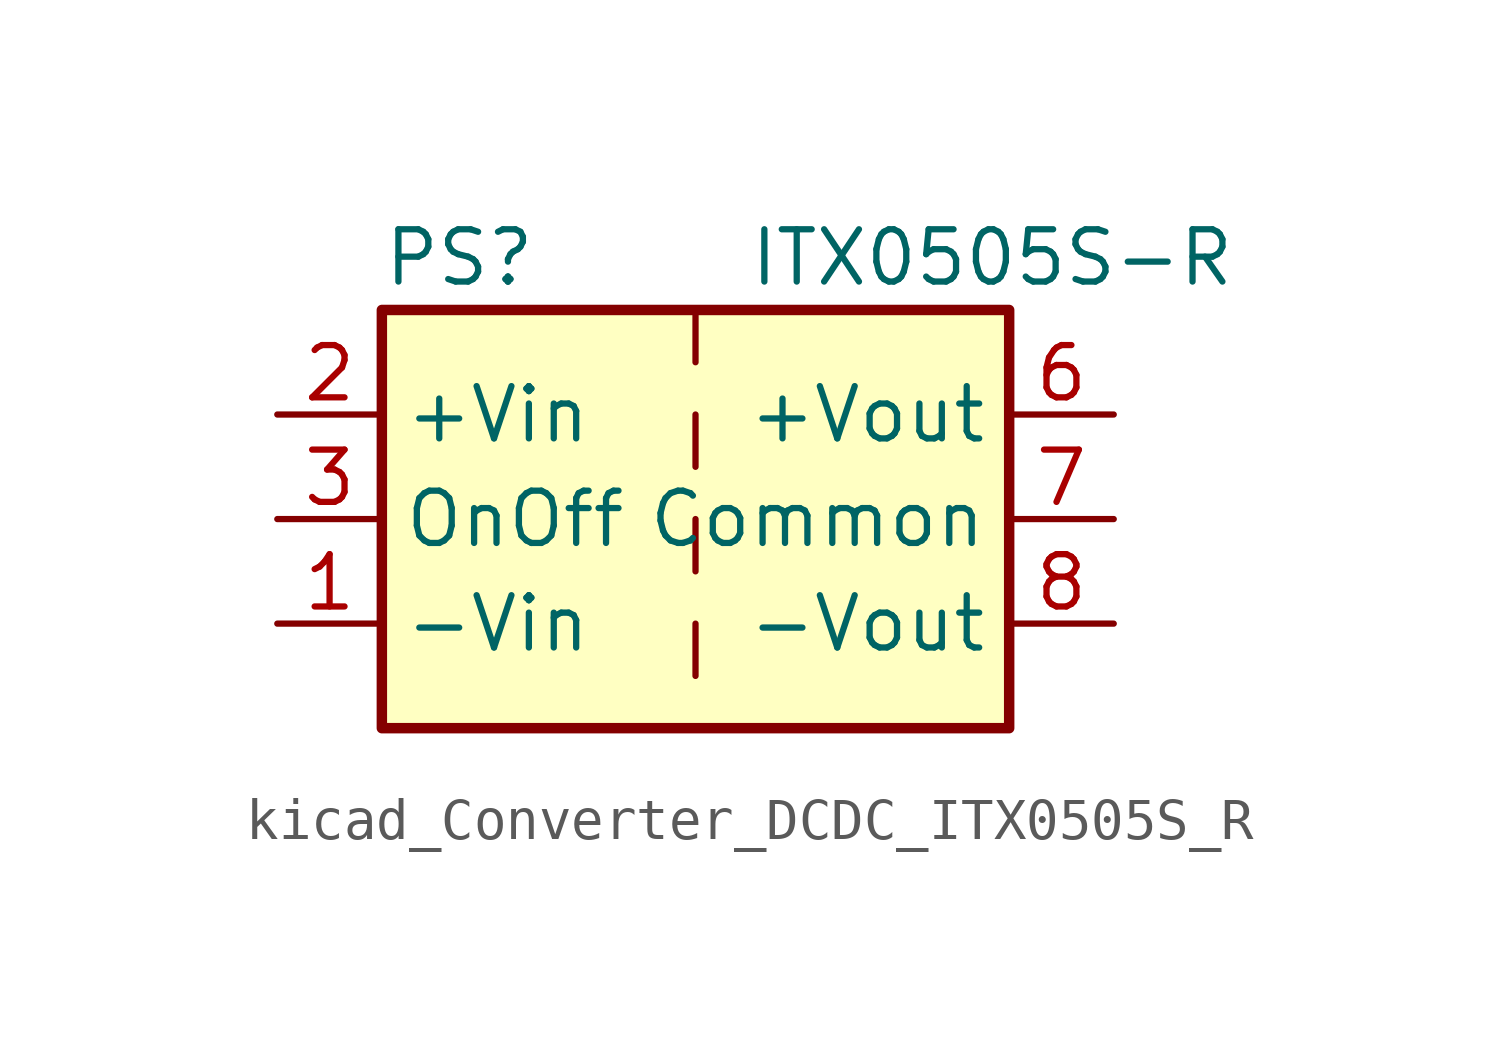
<source format=kicad_sym>
(kicad_symbol_lib
  (version 20220914)
  (generator kicad_symbol_editor)
  (symbol "kicad_Converter_DCDC_ITX0505S_R"
    (property "Reference" "PS"
      (at -7.62 6.35 0)
      (effects (font (size 1.27 1.27)) (justify left)))
    (property "Value" "ITX0505S-R"
      (at 1.27 6.35 0)
      (effects (font (size 1.27 1.27)) (justify left)))
    (symbol "kicad_Converter_DCDC_ITX0505S_R_0_0"
      (pin power_in line (at -10.16 -2.54 0) (length 2.54) (name "-Vin" (effects (font (size 1.27 1.27)))) (number "1" (effects (font (size 1.27 1.27)))))
      (pin power_in line (at -10.16 2.54 0) (length 2.54) (name "+Vin" (effects (font (size 1.27 1.27)))) (number "2" (effects (font (size 1.27 1.27)))))
      (pin input line (at -10.16 0 0) (length 2.54) (name "OnOff" (effects (font (size 1.27 1.27)))) (number "3" (effects (font (size 1.27 1.27)))))
      (pin no_connect line (at 0 5.08 270) (length 2.54) hide (name "NC" (effects (font (size 1.27 1.27)))) (number "5" (effects (font (size 1.27 1.27)))))
      (pin power_out line (at 10.16 2.54 180) (length 2.54) (name "+Vout" (effects (font (size 1.27 1.27)))) (number "6" (effects (font (size 1.27 1.27)))))
      (pin power_out line (at 10.16 0 180) (length 2.54) (name "Common" (effects (font (size 1.27 1.27)))) (number "7" (effects (font (size 1.27 1.27)))))
      (pin power_out line (at 10.16 -2.54 180) (length 2.54) (name "-Vout" (effects (font (size 1.27 1.27)))) (number "8" (effects (font (size 1.27 1.27))))))
    (symbol "kicad_Converter_DCDC_ITX0505S_R_0_1"
      (rectangle (start -7.62 5.08) (end 7.62 -5.08) (stroke (width 0.254) (type default)) (fill (type background)))
      (polyline (pts (xy 0 -2.54) (xy 0 -3.81)) (stroke (width 0) (type default)) (fill (type none)))
      (polyline (pts (xy 0 0) (xy 0 -1.27)) (stroke (width 0) (type default)) (fill (type none)))
      (polyline (pts (xy 0 2.54) (xy 0 1.27)) (stroke (width 0) (type default)) (fill (type none)))
      (polyline (pts (xy 0 5.08) (xy 0 3.81)) (stroke (width 0) (type default)) (fill (type none))))))
</source>
